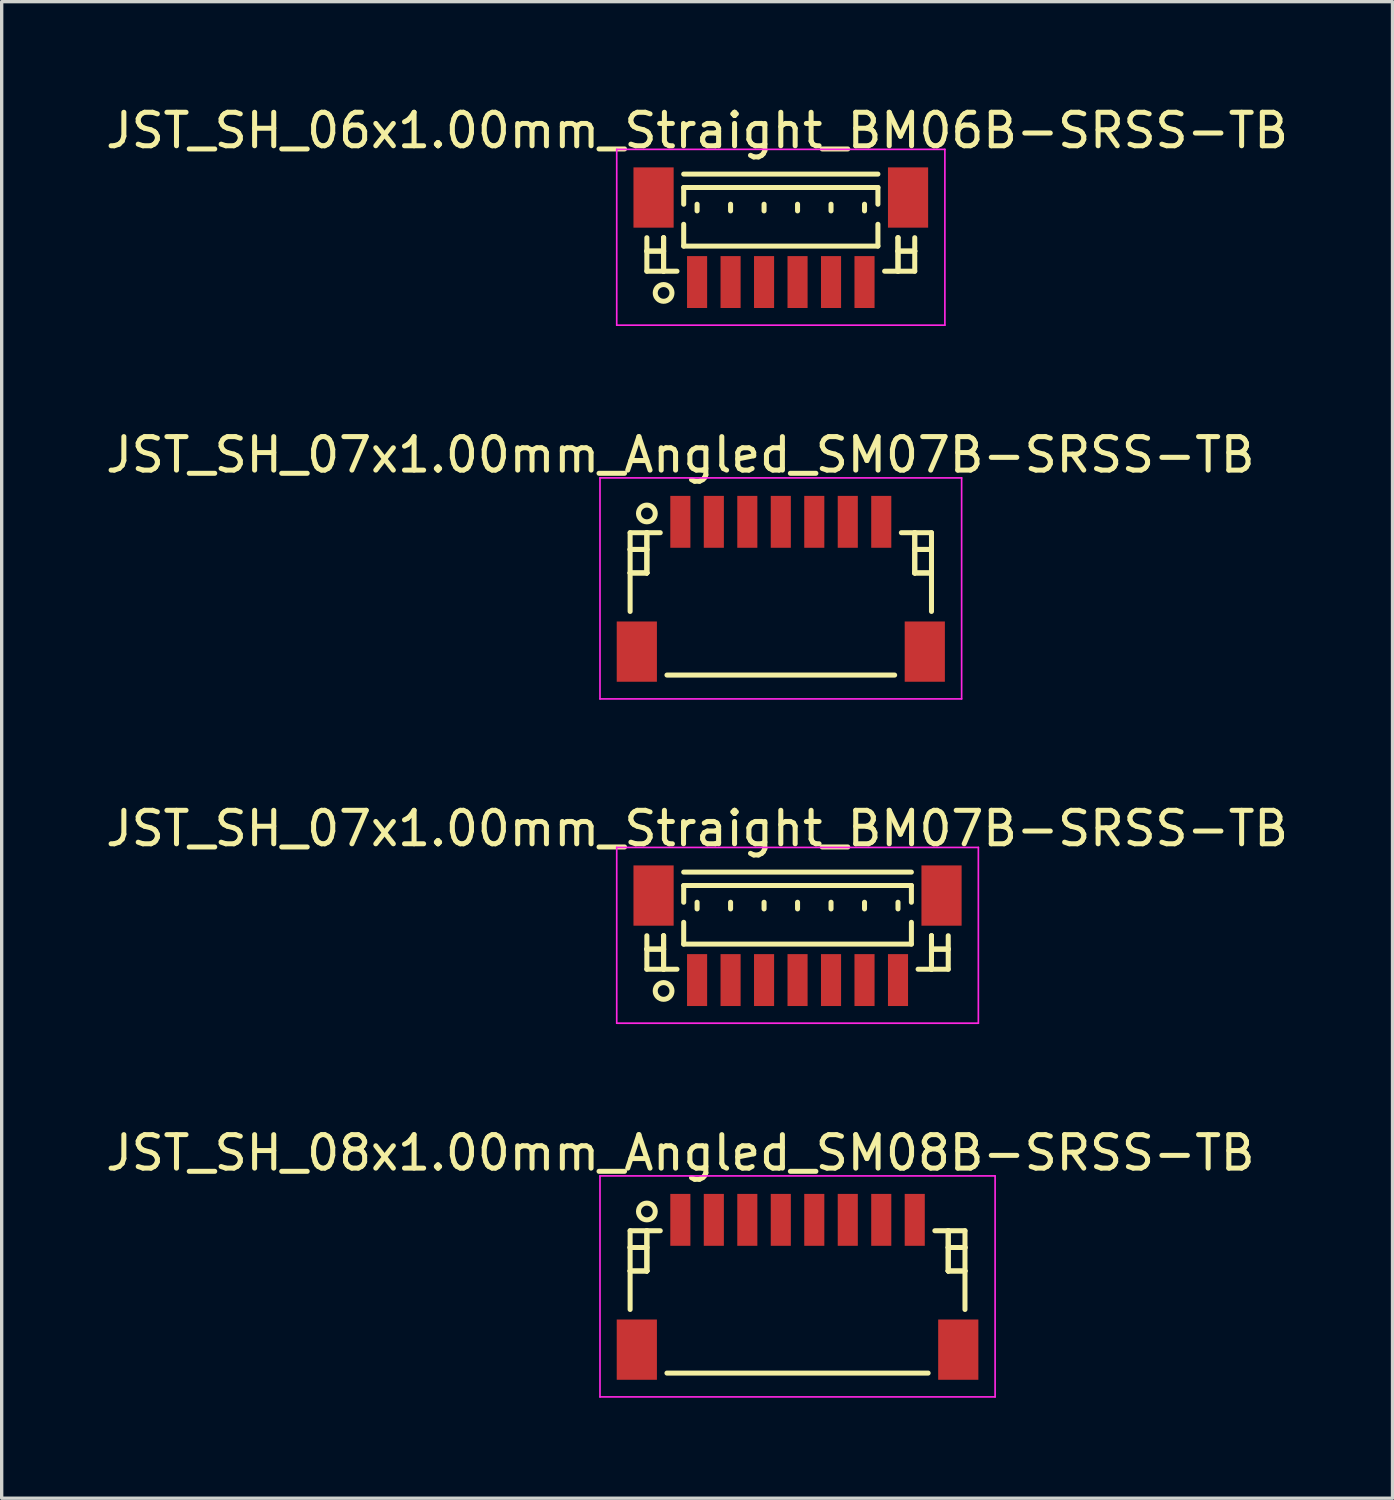
<source format=kicad_pcb>
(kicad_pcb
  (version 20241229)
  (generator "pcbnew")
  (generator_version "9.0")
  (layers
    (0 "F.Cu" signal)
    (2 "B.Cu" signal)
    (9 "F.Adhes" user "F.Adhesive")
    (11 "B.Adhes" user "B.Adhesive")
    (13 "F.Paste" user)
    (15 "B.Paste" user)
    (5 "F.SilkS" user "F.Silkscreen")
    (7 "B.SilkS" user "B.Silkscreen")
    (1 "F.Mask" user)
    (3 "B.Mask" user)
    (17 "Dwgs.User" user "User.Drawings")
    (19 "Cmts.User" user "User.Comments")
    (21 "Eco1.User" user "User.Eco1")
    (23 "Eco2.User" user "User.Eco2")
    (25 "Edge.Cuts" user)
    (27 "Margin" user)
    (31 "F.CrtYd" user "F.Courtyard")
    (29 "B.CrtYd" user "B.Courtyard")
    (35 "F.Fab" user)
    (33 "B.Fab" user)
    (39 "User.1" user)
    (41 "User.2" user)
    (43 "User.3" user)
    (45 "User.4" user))
  (footprint "JST_SH_08x1.00mm_Angled_SM08B-SRSS-TB"
    (layer "F.Cu")
    (at 20.768 35.318)
    (property "Reference" "JST_SH_08x1.00mm_Angled_SM08B-SRSS-TB" (at -3.5 -3.938 0) (layer "F.SilkS") (effects (font (size 1 1) (thickness 0.15))))
    (attr smd)
    (fp_line (start -5 -1.613) (end -4.1 -1.613) (stroke (width 0.15) (type solid)) (layer "F.SilkS"))
    (fp_line (start -5 -1.113) (end -5 -1.113) (stroke (width 0.15) (type solid)) (layer "F.SilkS"))
    (fp_line (start -5 -1.113) (end -4.5 -1.113) (stroke (width 0.15) (type solid)) (layer "F.SilkS"))
    (fp_line (start -5 -0.412) (end -5 -0.412) (stroke (width 0.15) (type solid)) (layer "F.SilkS"))
    (fp_line (start -5 -0.412) (end -4.5 -0.412) (stroke (width 0.15) (type solid)) (layer "F.SilkS"))
    (fp_line (start -5 0.738) (end -5 -1.613) (stroke (width 0.15) (type solid)) (layer "F.SilkS"))
    (fp_line (start -4.5 -1.613) (end -4.5 -1.613) (stroke (width 0.15) (type solid)) (layer "F.SilkS"))
    (fp_line (start -4.5 -1.613) (end -4.5 -0.412) (stroke (width 0.15) (type solid)) (layer "F.SilkS"))
    (fp_line (start -4.5 -1.113) (end -5 -1.113) (stroke (width 0.15) (type solid)) (layer "F.SilkS"))
    (fp_line (start -4.5 -1.113) (end -4.5 -1.113) (stroke (width 0.15) (type solid)) (layer "F.SilkS"))
    (fp_line (start -4.5 -0.412) (end -5 -0.412) (stroke (width 0.15) (type solid)) (layer "F.SilkS"))
    (fp_line (start -4.5 -0.412) (end -4.5 -1.613) (stroke (width 0.15) (type solid)) (layer "F.SilkS"))
    (fp_line (start -4.5 -0.412) (end -4.5 -0.412) (stroke (width 0.15) (type solid)) (layer "F.SilkS"))
    (fp_line (start -4.5 -0.412) (end -4.5 -0.412) (stroke (width 0.15) (type solid)) (layer "F.SilkS"))
    (fp_line (start -3.9 2.638) (end 3.9 2.638) (stroke (width 0.15) (type solid)) (layer "F.SilkS"))
    (fp_line (start 4.5 -1.613) (end 4.5 -1.613) (stroke (width 0.15) (type solid)) (layer "F.SilkS"))
    (fp_line (start 4.5 -1.613) (end 4.5 -0.412) (stroke (width 0.15) (type solid)) (layer "F.SilkS"))
    (fp_line (start 4.5 -1.113) (end 4.5 -1.113) (stroke (width 0.15) (type solid)) (layer "F.SilkS"))
    (fp_line (start 4.5 -1.113) (end 5 -1.113) (stroke (width 0.15) (type solid)) (layer "F.SilkS"))
    (fp_line (start 4.5 -0.412) (end 4.5 -1.613) (stroke (width 0.15) (type solid)) (layer "F.SilkS"))
    (fp_line (start 4.5 -0.412) (end 4.5 -0.412) (stroke (width 0.15) (type solid)) (layer "F.SilkS"))
    (fp_line (start 4.5 -0.412) (end 4.5 -0.412) (stroke (width 0.15) (type solid)) (layer "F.SilkS"))
    (fp_line (start 4.5 -0.412) (end 5 -0.412) (stroke (width 0.15) (type solid)) (layer "F.SilkS"))
    (fp_line (start 5 -1.613) (end 4.1 -1.613) (stroke (width 0.15) (type solid)) (layer "F.SilkS"))
    (fp_line (start 5 -1.113) (end 4.5 -1.113) (stroke (width 0.15) (type solid)) (layer "F.SilkS"))
    (fp_line (start 5 -1.113) (end 5 -1.113) (stroke (width 0.15) (type solid)) (layer "F.SilkS"))
    (fp_line (start 5 -0.412) (end 4.5 -0.412) (stroke (width 0.15) (type solid)) (layer "F.SilkS"))
    (fp_line (start 5 -0.412) (end 5 -0.412) (stroke (width 0.15) (type solid)) (layer "F.SilkS"))
    (fp_line (start 5 0.738) (end 5 -1.613) (stroke (width 0.15) (type solid)) (layer "F.SilkS"))
    (fp_circle (center -4.5 -2.188) (end -4.25 -2.188) (stroke (width 0.15) (type solid)) (fill no) (layer "F.SilkS"))
    (fp_line (start -5.9 -3.25) (end 5.9 -3.25) (stroke (width 0.05) (type solid)) (layer "F.CrtYd"))
    (fp_line (start -5.9 3.35) (end -5.9 -3.25) (stroke (width 0.05) (type solid)) (layer "F.CrtYd"))
    (fp_line (start 5.9 -3.25) (end 5.9 3.35) (stroke (width 0.05) (type solid)) (layer "F.CrtYd"))
    (fp_line (start 5.9 3.35) (end -5.9 3.35) (stroke (width 0.05) (type solid)) (layer "F.CrtYd"))
    (pad "" smd rect (at -4.8 1.938) (size 1.2 1.8) (layers "F.Cu" "F.Mask" "F.Paste"))
    (pad "" smd rect (at 4.8 1.938) (size 1.2 1.8) (layers "F.Cu" "F.Mask" "F.Paste"))
    (pad "1" smd rect (at -3.5 -1.938) (size 0.6 1.55) (layers "F.Cu" "F.Mask" "F.Paste"))
    (pad "2" smd rect (at -2.5 -1.938) (size 0.6 1.55) (layers "F.Cu" "F.Mask" "F.Paste"))
    (pad "3" smd rect (at -1.5 -1.938) (size 0.6 1.55) (layers "F.Cu" "F.Mask" "F.Paste"))
    (pad "4" smd rect (at -0.5 -1.938) (size 0.6 1.55) (layers "F.Cu" "F.Mask" "F.Paste"))
    (pad "5" smd rect (at 0.5 -1.938) (size 0.6 1.55) (layers "F.Cu" "F.Mask" "F.Paste"))
    (pad "6" smd rect (at 1.5 -1.938) (size 0.6 1.55) (layers "F.Cu" "F.Mask" "F.Paste"))
    (pad "7" smd rect (at 2.5 -1.938) (size 0.6 1.55) (layers "F.Cu" "F.Mask" "F.Paste"))
    (pad "8" smd rect (at 3.5 -1.938) (size 0.6 1.55) (layers "F.Cu" "F.Mask" "F.Paste")))
  (footprint "JST_SH_06x1.00mm_Straight_BM06B-SRSS-TB"
    (layer "F.Cu")
    (at 20.268 4.111)
    (property "Reference" "JST_SH_06x1.00mm_Straight_BM06B-SRSS-TB" (at -2.5 -3.263 0) (layer "F.SilkS") (effects (font (size 1 1) (thickness 0.15))))
    (attr smd)
    (fp_line (start -4 -0.062) (end -4 0.938) (stroke (width 0.15) (type solid)) (layer "F.SilkS"))
    (fp_line (start -4 0.338) (end -4 0.338) (stroke (width 0.15) (type solid)) (layer "F.SilkS"))
    (fp_line (start -4 0.338) (end -3.5 0.338) (stroke (width 0.15) (type solid)) (layer "F.SilkS"))
    (fp_line (start -4 0.938) (end -3.1 0.938) (stroke (width 0.15) (type solid)) (layer "F.SilkS"))
    (fp_line (start -3.5 -0.062) (end -3.5 -0.062) (stroke (width 0.15) (type solid)) (layer "F.SilkS"))
    (fp_line (start -3.5 -0.062) (end -3.5 0.938) (stroke (width 0.15) (type solid)) (layer "F.SilkS"))
    (fp_line (start -3.5 0.338) (end -4 0.338) (stroke (width 0.15) (type solid)) (layer "F.SilkS"))
    (fp_line (start -3.5 0.338) (end -3.5 0.338) (stroke (width 0.15) (type solid)) (layer "F.SilkS"))
    (fp_line (start -3.5 0.938) (end -3.5 -0.062) (stroke (width 0.15) (type solid)) (layer "F.SilkS"))
    (fp_line (start -3.5 0.938) (end -3.5 0.938) (stroke (width 0.15) (type solid)) (layer "F.SilkS"))
    (fp_line (start -2.9 -1.962) (end 2.9 -1.962) (stroke (width 0.15) (type solid)) (layer "F.SilkS"))
    (fp_line (start -2.9 -1.562) (end 2.9 -1.562) (stroke (width 0.15) (type solid)) (layer "F.SilkS"))
    (fp_line (start -2.9 -1.062) (end -2.9 -1.562) (stroke (width 0.15) (type solid)) (layer "F.SilkS"))
    (fp_line (start -2.9 -0.463) (end -2.9 0.188) (stroke (width 0.15) (type solid)) (layer "F.SilkS"))
    (fp_line (start -2.9 0.188) (end 2.9 0.188) (stroke (width 0.15) (type solid)) (layer "F.SilkS"))
    (fp_line (start -2.5 -1.062) (end -2.5 -0.863) (stroke (width 0.15) (type solid)) (layer "F.SilkS"))
    (fp_line (start -1.5 -1.062) (end -1.5 -0.863) (stroke (width 0.15) (type solid)) (layer "F.SilkS"))
    (fp_line (start -0.5 -1.062) (end -0.5 -0.863) (stroke (width 0.15) (type solid)) (layer "F.SilkS"))
    (fp_line (start 0.5 -1.062) (end 0.5 -0.863) (stroke (width 0.15) (type solid)) (layer "F.SilkS"))
    (fp_line (start 1.5 -1.062) (end 1.5 -0.863) (stroke (width 0.15) (type solid)) (layer "F.SilkS"))
    (fp_line (start 2.5 -1.062) (end 2.5 -0.863) (stroke (width 0.15) (type solid)) (layer "F.SilkS"))
    (fp_line (start 2.9 -1.562) (end 2.9 -1.062) (stroke (width 0.15) (type solid)) (layer "F.SilkS"))
    (fp_line (start 2.9 0.188) (end 2.9 -0.463) (stroke (width 0.15) (type solid)) (layer "F.SilkS"))
    (fp_line (start 3.5 -0.062) (end 3.5 -0.062) (stroke (width 0.15) (type solid)) (layer "F.SilkS"))
    (fp_line (start 3.5 -0.062) (end 3.5 0.938) (stroke (width 0.15) (type solid)) (layer "F.SilkS"))
    (fp_line (start 3.5 0.338) (end 3.5 0.338) (stroke (width 0.15) (type solid)) (layer "F.SilkS"))
    (fp_line (start 3.5 0.338) (end 4 0.338) (stroke (width 0.15) (type solid)) (layer "F.SilkS"))
    (fp_line (start 3.5 0.938) (end 3.5 -0.062) (stroke (width 0.15) (type solid)) (layer "F.SilkS"))
    (fp_line (start 3.5 0.938) (end 3.5 0.938) (stroke (width 0.15) (type solid)) (layer "F.SilkS"))
    (fp_line (start 4 -0.062) (end 4 0.938) (stroke (width 0.15) (type solid)) (layer "F.SilkS"))
    (fp_line (start 4 0.338) (end 3.5 0.338) (stroke (width 0.15) (type solid)) (layer "F.SilkS"))
    (fp_line (start 4 0.338) (end 4 0.338) (stroke (width 0.15) (type solid)) (layer "F.SilkS"))
    (fp_line (start 4 0.938) (end 3.1 0.938) (stroke (width 0.15) (type solid)) (layer "F.SilkS"))
    (fp_circle (center -3.5 1.587) (end -3.25 1.587) (stroke (width 0.15) (type solid)) (fill no) (layer "F.SilkS"))
    (fp_line (start -4.9 -2.7) (end 4.9 -2.7) (stroke (width 0.05) (type solid)) (layer "F.CrtYd"))
    (fp_line (start -4.9 2.55) (end -4.9 -2.7) (stroke (width 0.05) (type solid)) (layer "F.CrtYd"))
    (fp_line (start 4.9 -2.7) (end 4.9 2.55) (stroke (width 0.05) (type solid)) (layer "F.CrtYd"))
    (fp_line (start 4.9 2.55) (end -4.9 2.55) (stroke (width 0.05) (type solid)) (layer "F.CrtYd"))
    (pad "" smd rect (at -3.8 -1.262) (size 1.2 1.8) (layers "F.Cu" "F.Mask" "F.Paste"))
    (pad "" smd rect (at 3.8 -1.262) (size 1.2 1.8) (layers "F.Cu" "F.Mask" "F.Paste"))
    (pad "1" smd rect (at -2.5 1.262) (size 0.6 1.55) (layers "F.Cu" "F.Mask" "F.Paste"))
    (pad "2" smd rect (at -1.5 1.262) (size 0.6 1.55) (layers "F.Cu" "F.Mask" "F.Paste"))
    (pad "3" smd rect (at -0.5 1.262) (size 0.6 1.55) (layers "F.Cu" "F.Mask" "F.Paste"))
    (pad "4" smd rect (at 0.5 1.262) (size 0.6 1.55) (layers "F.Cu" "F.Mask" "F.Paste"))
    (pad "5" smd rect (at 1.5 1.262) (size 0.6 1.55) (layers "F.Cu" "F.Mask" "F.Paste"))
    (pad "6" smd rect (at 2.5 1.262) (size 0.6 1.55) (layers "F.Cu" "F.Mask" "F.Paste")))
  (footprint "JST_SH_07x1.00mm_Straight_BM07B-SRSS-TB"
    (layer "F.Cu")
    (at 20.768 24.957)
    (property "Reference" "JST_SH_07x1.00mm_Straight_BM07B-SRSS-TB" (at -3 -3.263 0) (layer "F.SilkS") (effects (font (size 1 1) (thickness 0.15))))
    (attr smd)
    (fp_line (start -4.5 -0.062) (end -4.5 0.938) (stroke (width 0.15) (type solid)) (layer "F.SilkS"))
    (fp_line (start -4.5 0.338) (end -4.5 0.338) (stroke (width 0.15) (type solid)) (layer "F.SilkS"))
    (fp_line (start -4.5 0.338) (end -4 0.338) (stroke (width 0.15) (type solid)) (layer "F.SilkS"))
    (fp_line (start -4.5 0.938) (end -3.6 0.938) (stroke (width 0.15) (type solid)) (layer "F.SilkS"))
    (fp_line (start -4 -0.062) (end -4 -0.062) (stroke (width 0.15) (type solid)) (layer "F.SilkS"))
    (fp_line (start -4 -0.062) (end -4 0.938) (stroke (width 0.15) (type solid)) (layer "F.SilkS"))
    (fp_line (start -4 0.338) (end -4.5 0.338) (stroke (width 0.15) (type solid)) (layer "F.SilkS"))
    (fp_line (start -4 0.338) (end -4 0.338) (stroke (width 0.15) (type solid)) (layer "F.SilkS"))
    (fp_line (start -4 0.938) (end -4 -0.062) (stroke (width 0.15) (type solid)) (layer "F.SilkS"))
    (fp_line (start -4 0.938) (end -4 0.938) (stroke (width 0.15) (type solid)) (layer "F.SilkS"))
    (fp_line (start -3.4 -1.962) (end 3.4 -1.962) (stroke (width 0.15) (type solid)) (layer "F.SilkS"))
    (fp_line (start -3.4 -1.562) (end 3.4 -1.562) (stroke (width 0.15) (type solid)) (layer "F.SilkS"))
    (fp_line (start -3.4 -1.062) (end -3.4 -1.562) (stroke (width 0.15) (type solid)) (layer "F.SilkS"))
    (fp_line (start -3.4 -0.463) (end -3.4 0.188) (stroke (width 0.15) (type solid)) (layer "F.SilkS"))
    (fp_line (start -3.4 0.188) (end 3.4 0.188) (stroke (width 0.15) (type solid)) (layer "F.SilkS"))
    (fp_line (start -3 -1.062) (end -3 -0.863) (stroke (width 0.15) (type solid)) (layer "F.SilkS"))
    (fp_line (start -2 -1.062) (end -2 -0.863) (stroke (width 0.15) (type solid)) (layer "F.SilkS"))
    (fp_line (start -1 -1.062) (end -1 -0.863) (stroke (width 0.15) (type solid)) (layer "F.SilkS"))
    (fp_line (start 0 -1.062) (end 0 -0.863) (stroke (width 0.15) (type solid)) (layer "F.SilkS"))
    (fp_line (start 1 -1.062) (end 1 -0.863) (stroke (width 0.15) (type solid)) (layer "F.SilkS"))
    (fp_line (start 2 -1.062) (end 2 -0.863) (stroke (width 0.15) (type solid)) (layer "F.SilkS"))
    (fp_line (start 3 -1.062) (end 3 -0.863) (stroke (width 0.15) (type solid)) (layer "F.SilkS"))
    (fp_line (start 3.4 -1.562) (end 3.4 -1.062) (stroke (width 0.15) (type solid)) (layer "F.SilkS"))
    (fp_line (start 3.4 0.188) (end 3.4 -0.463) (stroke (width 0.15) (type solid)) (layer "F.SilkS"))
    (fp_line (start 4 -0.062) (end 4 -0.062) (stroke (width 0.15) (type solid)) (layer "F.SilkS"))
    (fp_line (start 4 -0.062) (end 4 0.938) (stroke (width 0.15) (type solid)) (layer "F.SilkS"))
    (fp_line (start 4 0.338) (end 4 0.338) (stroke (width 0.15) (type solid)) (layer "F.SilkS"))
    (fp_line (start 4 0.338) (end 4.5 0.338) (stroke (width 0.15) (type solid)) (layer "F.SilkS"))
    (fp_line (start 4 0.938) (end 4 -0.062) (stroke (width 0.15) (type solid)) (layer "F.SilkS"))
    (fp_line (start 4 0.938) (end 4 0.938) (stroke (width 0.15) (type solid)) (layer "F.SilkS"))
    (fp_line (start 4.5 -0.062) (end 4.5 0.938) (stroke (width 0.15) (type solid)) (layer "F.SilkS"))
    (fp_line (start 4.5 0.338) (end 4 0.338) (stroke (width 0.15) (type solid)) (layer "F.SilkS"))
    (fp_line (start 4.5 0.338) (end 4.5 0.338) (stroke (width 0.15) (type solid)) (layer "F.SilkS"))
    (fp_line (start 4.5 0.938) (end 3.6 0.938) (stroke (width 0.15) (type solid)) (layer "F.SilkS"))
    (fp_circle (center -4 1.587) (end -3.75 1.587) (stroke (width 0.15) (type solid)) (fill no) (layer "F.SilkS"))
    (fp_line (start -5.4 -2.7) (end 5.4 -2.7) (stroke (width 0.05) (type solid)) (layer "F.CrtYd"))
    (fp_line (start -5.4 2.55) (end -5.4 -2.7) (stroke (width 0.05) (type solid)) (layer "F.CrtYd"))
    (fp_line (start 5.4 -2.7) (end 5.4 2.55) (stroke (width 0.05) (type solid)) (layer "F.CrtYd"))
    (fp_line (start 5.4 2.55) (end -5.4 2.55) (stroke (width 0.05) (type solid)) (layer "F.CrtYd"))
    (pad "" smd rect (at -4.3 -1.262) (size 1.2 1.8) (layers "F.Cu" "F.Mask" "F.Paste"))
    (pad "" smd rect (at 4.3 -1.262) (size 1.2 1.8) (layers "F.Cu" "F.Mask" "F.Paste"))
    (pad "1" smd rect (at -3 1.262) (size 0.6 1.55) (layers "F.Cu" "F.Mask" "F.Paste"))
    (pad "2" smd rect (at -2 1.262) (size 0.6 1.55) (layers "F.Cu" "F.Mask" "F.Paste"))
    (pad "3" smd rect (at -1 1.262) (size 0.6 1.55) (layers "F.Cu" "F.Mask" "F.Paste"))
    (pad "4" smd rect (at 0 1.262) (size 0.6 1.55) (layers "F.Cu" "F.Mask" "F.Paste"))
    (pad "5" smd rect (at 1 1.262) (size 0.6 1.55) (layers "F.Cu" "F.Mask" "F.Paste"))
    (pad "6" smd rect (at 2 1.262) (size 0.6 1.55) (layers "F.Cu" "F.Mask" "F.Paste"))
    (pad "7" smd rect (at 3 1.262) (size 0.6 1.55) (layers "F.Cu" "F.Mask" "F.Paste")))
  (footprint "JST_SH_07x1.00mm_Angled_SM07B-SRSS-TB"
    (layer "F.Cu")
    (at 20.268 14.472)
    (property "Reference" "JST_SH_07x1.00mm_Angled_SM07B-SRSS-TB" (at -3 -3.938 0) (layer "F.SilkS") (effects (font (size 1 1) (thickness 0.15))))
    (attr smd)
    (fp_line (start -4.5 -1.613) (end -3.6 -1.613) (stroke (width 0.15) (type solid)) (layer "F.SilkS"))
    (fp_line (start -4.5 -1.113) (end -4.5 -1.113) (stroke (width 0.15) (type solid)) (layer "F.SilkS"))
    (fp_line (start -4.5 -1.113) (end -4 -1.113) (stroke (width 0.15) (type solid)) (layer "F.SilkS"))
    (fp_line (start -4.5 -0.412) (end -4.5 -0.412) (stroke (width 0.15) (type solid)) (layer "F.SilkS"))
    (fp_line (start -4.5 -0.412) (end -4 -0.412) (stroke (width 0.15) (type solid)) (layer "F.SilkS"))
    (fp_line (start -4.5 0.738) (end -4.5 -1.613) (stroke (width 0.15) (type solid)) (layer "F.SilkS"))
    (fp_line (start -4 -1.613) (end -4 -1.613) (stroke (width 0.15) (type solid)) (layer "F.SilkS"))
    (fp_line (start -4 -1.613) (end -4 -0.412) (stroke (width 0.15) (type solid)) (layer "F.SilkS"))
    (fp_line (start -4 -1.113) (end -4.5 -1.113) (stroke (width 0.15) (type solid)) (layer "F.SilkS"))
    (fp_line (start -4 -1.113) (end -4 -1.113) (stroke (width 0.15) (type solid)) (layer "F.SilkS"))
    (fp_line (start -4 -0.412) (end -4.5 -0.412) (stroke (width 0.15) (type solid)) (layer "F.SilkS"))
    (fp_line (start -4 -0.412) (end -4 -1.613) (stroke (width 0.15) (type solid)) (layer "F.SilkS"))
    (fp_line (start -4 -0.412) (end -4 -0.412) (stroke (width 0.15) (type solid)) (layer "F.SilkS"))
    (fp_line (start -4 -0.412) (end -4 -0.412) (stroke (width 0.15) (type solid)) (layer "F.SilkS"))
    (fp_line (start -3.4 2.638) (end 3.4 2.638) (stroke (width 0.15) (type solid)) (layer "F.SilkS"))
    (fp_line (start 4 -1.613) (end 4 -1.613) (stroke (width 0.15) (type solid)) (layer "F.SilkS"))
    (fp_line (start 4 -1.613) (end 4 -0.412) (stroke (width 0.15) (type solid)) (layer "F.SilkS"))
    (fp_line (start 4 -1.113) (end 4 -1.113) (stroke (width 0.15) (type solid)) (layer "F.SilkS"))
    (fp_line (start 4 -1.113) (end 4.5 -1.113) (stroke (width 0.15) (type solid)) (layer "F.SilkS"))
    (fp_line (start 4 -0.412) (end 4 -1.613) (stroke (width 0.15) (type solid)) (layer "F.SilkS"))
    (fp_line (start 4 -0.412) (end 4 -0.412) (stroke (width 0.15) (type solid)) (layer "F.SilkS"))
    (fp_line (start 4 -0.412) (end 4 -0.412) (stroke (width 0.15) (type solid)) (layer "F.SilkS"))
    (fp_line (start 4 -0.412) (end 4.5 -0.412) (stroke (width 0.15) (type solid)) (layer "F.SilkS"))
    (fp_line (start 4.5 -1.613) (end 3.6 -1.613) (stroke (width 0.15) (type solid)) (layer "F.SilkS"))
    (fp_line (start 4.5 -1.113) (end 4 -1.113) (stroke (width 0.15) (type solid)) (layer "F.SilkS"))
    (fp_line (start 4.5 -1.113) (end 4.5 -1.113) (stroke (width 0.15) (type solid)) (layer "F.SilkS"))
    (fp_line (start 4.5 -0.412) (end 4 -0.412) (stroke (width 0.15) (type solid)) (layer "F.SilkS"))
    (fp_line (start 4.5 -0.412) (end 4.5 -0.412) (stroke (width 0.15) (type solid)) (layer "F.SilkS"))
    (fp_line (start 4.5 0.738) (end 4.5 -1.613) (stroke (width 0.15) (type solid)) (layer "F.SilkS"))
    (fp_circle (center -4 -2.188) (end -3.75 -2.188) (stroke (width 0.15) (type solid)) (fill no) (layer "F.SilkS"))
    (fp_line (start -5.4 -3.25) (end 5.4 -3.25) (stroke (width 0.05) (type solid)) (layer "F.CrtYd"))
    (fp_line (start -5.4 3.35) (end -5.4 -3.25) (stroke (width 0.05) (type solid)) (layer "F.CrtYd"))
    (fp_line (start 5.4 -3.25) (end 5.4 3.35) (stroke (width 0.05) (type solid)) (layer "F.CrtYd"))
    (fp_line (start 5.4 3.35) (end -5.4 3.35) (stroke (width 0.05) (type solid)) (layer "F.CrtYd"))
    (pad "" smd rect (at -4.3 1.938) (size 1.2 1.8) (layers "F.Cu" "F.Mask" "F.Paste"))
    (pad "" smd rect (at 4.3 1.938) (size 1.2 1.8) (layers "F.Cu" "F.Mask" "F.Paste"))
    (pad "1" smd rect (at -3 -1.938) (size 0.6 1.55) (layers "F.Cu" "F.Mask" "F.Paste"))
    (pad "2" smd rect (at -2 -1.938) (size 0.6 1.55) (layers "F.Cu" "F.Mask" "F.Paste"))
    (pad "3" smd rect (at -1 -1.938) (size 0.6 1.55) (layers "F.Cu" "F.Mask" "F.Paste"))
    (pad "4" smd rect (at 0 -1.938) (size 0.6 1.55) (layers "F.Cu" "F.Mask" "F.Paste"))
    (pad "5" smd rect (at 1 -1.938) (size 0.6 1.55) (layers "F.Cu" "F.Mask" "F.Paste"))
    (pad "6" smd rect (at 2 -1.938) (size 0.6 1.55) (layers "F.Cu" "F.Mask" "F.Paste"))
    (pad "7" smd rect (at 3 -1.938) (size 0.6 1.55) (layers "F.Cu" "F.Mask" "F.Paste")))
  (gr_rect
    (start -3 -3)
    (end 38.536 41.693)
    (stroke (width 0.1) (type default))
    (fill no)
    (layer "Edge.Cuts")))
</source>
